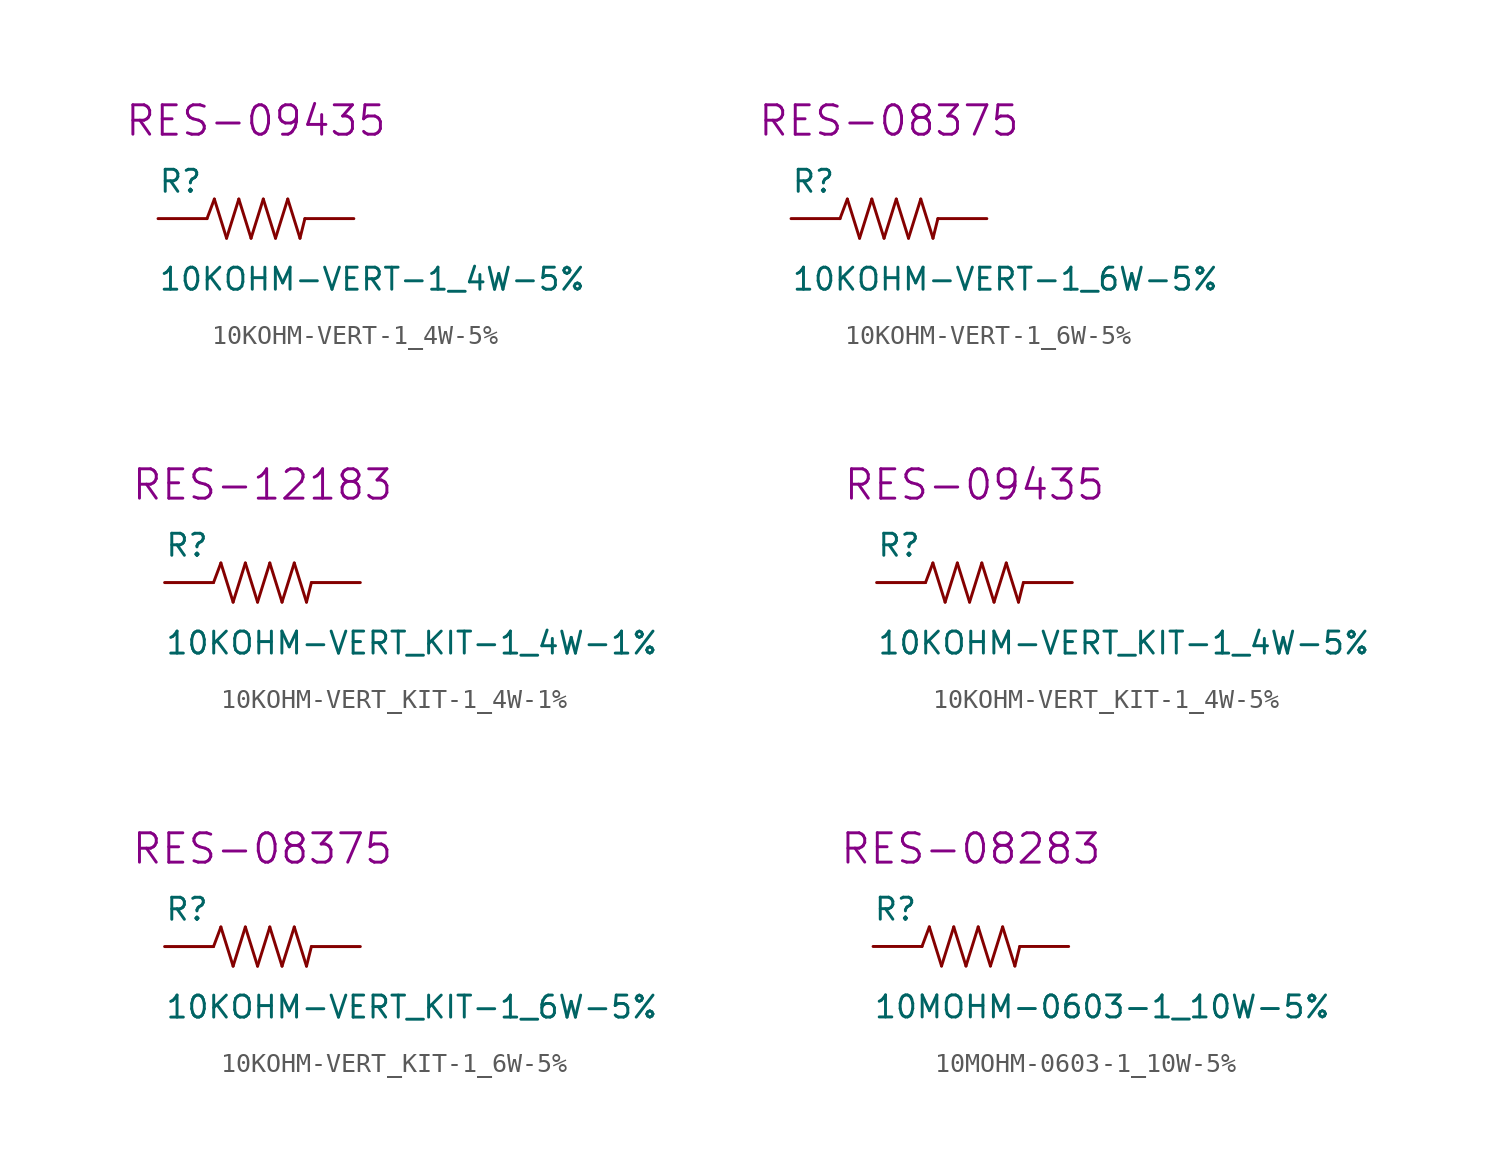
<source format=kicad_sym>
(kicad_symbol_lib
  (version 20220914)
  (generator kicad_symbol_editor)
  (symbol "10KOHM-VERT-1_4W-5%"
    (pin_numbers hide)
    (pin_names
      (offset 1.016) hide)
    (property "Reference" "R"
      (at -5.08 1.27 0)
      (effects (font (size 1.143 1.143)) (justify left bottom)))
    (property "Value" "10KOHM-VERT-1_4W-5%"
      (at -5.08 -3.81 0)
      (effects (font (size 1.143 1.143)) (justify left bottom)))
    (property "Field4" "RES-09435"
      (at 0 5.08 0)
      (effects (font (size 1.524 1.524))))
    (property "ki_locked" ""
      (at 0 0 0)
      (effects (font (size 1.27 1.27))))
    (symbol "10KOHM-VERT-1_4W-5%_1_0"
      (polyline (pts (xy -2.54 0) (xy -2.159 1.016)) (stroke (width 0) (type solid)) (fill (type none)))
      (polyline (pts (xy -2.159 1.016) (xy -1.524 -1.016)) (stroke (width 0) (type solid)) (fill (type none)))
      (polyline (pts (xy -1.524 -1.016) (xy -0.889 1.016)) (stroke (width 0) (type solid)) (fill (type none)))
      (polyline (pts (xy -0.889 1.016) (xy -0.254 -1.016)) (stroke (width 0) (type solid)) (fill (type none)))
      (polyline (pts (xy -0.254 -1.016) (xy 0.381 1.016)) (stroke (width 0) (type solid)) (fill (type none)))
      (polyline (pts (xy 0.381 1.016) (xy 1.016 -1.016)) (stroke (width 0) (type solid)) (fill (type none)))
      (polyline (pts (xy 1.016 -1.016) (xy 1.651 1.016)) (stroke (width 0) (type solid)) (fill (type none)))
      (polyline (pts (xy 1.651 1.016) (xy 2.286 -1.016)) (stroke (width 0) (type solid)) (fill (type none)))
      (polyline (pts (xy 2.286 -1.016) (xy 2.54 0)) (stroke (width 0) (type solid)) (fill (type none))))
    (symbol "10KOHM-VERT-1_4W-5%_1_1"
      (pin passive line (at -5.08 0 0) (length 2.54) (name "1" (effects (font (size 1.016 1.016)))) (number "P$1" (effects (font (size 1.016 1.016)))))
      (pin passive line (at 5.08 0 180) (length 2.54) (name "2" (effects (font (size 1.016 1.016)))) (number "P$2" (effects (font (size 1.016 1.016)))))))
  (symbol "10KOHM-VERT-1_6W-5%"
    (pin_numbers hide)
    (pin_names
      (offset 1.016) hide)
    (property "Reference" "R"
      (at -5.08 1.27 0)
      (effects (font (size 1.143 1.143)) (justify left bottom)))
    (property "Value" "10KOHM-VERT-1_6W-5%"
      (at -5.08 -3.81 0)
      (effects (font (size 1.143 1.143)) (justify left bottom)))
    (property "Field4" "RES-08375"
      (at 0 5.08 0)
      (effects (font (size 1.524 1.524))))
    (property "ki_locked" ""
      (at 0 0 0)
      (effects (font (size 1.27 1.27))))
    (symbol "10KOHM-VERT-1_6W-5%_1_0"
      (polyline (pts (xy -2.54 0) (xy -2.159 1.016)) (stroke (width 0) (type solid)) (fill (type none)))
      (polyline (pts (xy -2.159 1.016) (xy -1.524 -1.016)) (stroke (width 0) (type solid)) (fill (type none)))
      (polyline (pts (xy -1.524 -1.016) (xy -0.889 1.016)) (stroke (width 0) (type solid)) (fill (type none)))
      (polyline (pts (xy -0.889 1.016) (xy -0.254 -1.016)) (stroke (width 0) (type solid)) (fill (type none)))
      (polyline (pts (xy -0.254 -1.016) (xy 0.381 1.016)) (stroke (width 0) (type solid)) (fill (type none)))
      (polyline (pts (xy 0.381 1.016) (xy 1.016 -1.016)) (stroke (width 0) (type solid)) (fill (type none)))
      (polyline (pts (xy 1.016 -1.016) (xy 1.651 1.016)) (stroke (width 0) (type solid)) (fill (type none)))
      (polyline (pts (xy 1.651 1.016) (xy 2.286 -1.016)) (stroke (width 0) (type solid)) (fill (type none)))
      (polyline (pts (xy 2.286 -1.016) (xy 2.54 0)) (stroke (width 0) (type solid)) (fill (type none))))
    (symbol "10KOHM-VERT-1_6W-5%_1_1"
      (pin passive line (at -5.08 0 0) (length 2.54) (name "1" (effects (font (size 1.016 1.016)))) (number "P$1" (effects (font (size 1.016 1.016)))))
      (pin passive line (at 5.08 0 180) (length 2.54) (name "2" (effects (font (size 1.016 1.016)))) (number "P$2" (effects (font (size 1.016 1.016)))))))
  (symbol "10KOHM-VERT_KIT-1_4W-1%"
    (pin_numbers hide)
    (pin_names
      (offset 1.016) hide)
    (property "Reference" "R"
      (at -5.08 1.27 0)
      (effects (font (size 1.143 1.143)) (justify left bottom)))
    (property "Value" "10KOHM-VERT_KIT-1_4W-1%"
      (at -5.08 -3.81 0)
      (effects (font (size 1.143 1.143)) (justify left bottom)))
    (property "Field4" "RES-12183"
      (at 0 5.08 0)
      (effects (font (size 1.524 1.524))))
    (property "ki_locked" ""
      (at 0 0 0)
      (effects (font (size 1.27 1.27))))
    (symbol "10KOHM-VERT_KIT-1_4W-1%_1_0"
      (polyline (pts (xy -2.54 0) (xy -2.159 1.016)) (stroke (width 0) (type solid)) (fill (type none)))
      (polyline (pts (xy -2.159 1.016) (xy -1.524 -1.016)) (stroke (width 0) (type solid)) (fill (type none)))
      (polyline (pts (xy -1.524 -1.016) (xy -0.889 1.016)) (stroke (width 0) (type solid)) (fill (type none)))
      (polyline (pts (xy -0.889 1.016) (xy -0.254 -1.016)) (stroke (width 0) (type solid)) (fill (type none)))
      (polyline (pts (xy -0.254 -1.016) (xy 0.381 1.016)) (stroke (width 0) (type solid)) (fill (type none)))
      (polyline (pts (xy 0.381 1.016) (xy 1.016 -1.016)) (stroke (width 0) (type solid)) (fill (type none)))
      (polyline (pts (xy 1.016 -1.016) (xy 1.651 1.016)) (stroke (width 0) (type solid)) (fill (type none)))
      (polyline (pts (xy 1.651 1.016) (xy 2.286 -1.016)) (stroke (width 0) (type solid)) (fill (type none)))
      (polyline (pts (xy 2.286 -1.016) (xy 2.54 0)) (stroke (width 0) (type solid)) (fill (type none))))
    (symbol "10KOHM-VERT_KIT-1_4W-1%_1_1"
      (pin passive line (at -5.08 0 0) (length 2.54) (name "1" (effects (font (size 1.016 1.016)))) (number "P$1" (effects (font (size 1.016 1.016)))))
      (pin passive line (at 5.08 0 180) (length 2.54) (name "2" (effects (font (size 1.016 1.016)))) (number "P$2" (effects (font (size 1.016 1.016)))))))
  (symbol "10KOHM-VERT_KIT-1_4W-5%"
    (pin_numbers hide)
    (pin_names
      (offset 1.016) hide)
    (property "Reference" "R"
      (at -5.08 1.27 0)
      (effects (font (size 1.143 1.143)) (justify left bottom)))
    (property "Value" "10KOHM-VERT_KIT-1_4W-5%"
      (at -5.08 -3.81 0)
      (effects (font (size 1.143 1.143)) (justify left bottom)))
    (property "Field4" "RES-09435"
      (at 0 5.08 0)
      (effects (font (size 1.524 1.524))))
    (property "ki_locked" ""
      (at 0 0 0)
      (effects (font (size 1.27 1.27))))
    (symbol "10KOHM-VERT_KIT-1_4W-5%_1_0"
      (polyline (pts (xy -2.54 0) (xy -2.159 1.016)) (stroke (width 0) (type solid)) (fill (type none)))
      (polyline (pts (xy -2.159 1.016) (xy -1.524 -1.016)) (stroke (width 0) (type solid)) (fill (type none)))
      (polyline (pts (xy -1.524 -1.016) (xy -0.889 1.016)) (stroke (width 0) (type solid)) (fill (type none)))
      (polyline (pts (xy -0.889 1.016) (xy -0.254 -1.016)) (stroke (width 0) (type solid)) (fill (type none)))
      (polyline (pts (xy -0.254 -1.016) (xy 0.381 1.016)) (stroke (width 0) (type solid)) (fill (type none)))
      (polyline (pts (xy 0.381 1.016) (xy 1.016 -1.016)) (stroke (width 0) (type solid)) (fill (type none)))
      (polyline (pts (xy 1.016 -1.016) (xy 1.651 1.016)) (stroke (width 0) (type solid)) (fill (type none)))
      (polyline (pts (xy 1.651 1.016) (xy 2.286 -1.016)) (stroke (width 0) (type solid)) (fill (type none)))
      (polyline (pts (xy 2.286 -1.016) (xy 2.54 0)) (stroke (width 0) (type solid)) (fill (type none))))
    (symbol "10KOHM-VERT_KIT-1_4W-5%_1_1"
      (pin passive line (at -5.08 0 0) (length 2.54) (name "1" (effects (font (size 1.016 1.016)))) (number "P$1" (effects (font (size 1.016 1.016)))))
      (pin passive line (at 5.08 0 180) (length 2.54) (name "2" (effects (font (size 1.016 1.016)))) (number "P$2" (effects (font (size 1.016 1.016)))))))
  (symbol "10KOHM-VERT_KIT-1_6W-5%"
    (pin_numbers hide)
    (pin_names
      (offset 1.016) hide)
    (property "Reference" "R"
      (at -5.08 1.27 0)
      (effects (font (size 1.143 1.143)) (justify left bottom)))
    (property "Value" "10KOHM-VERT_KIT-1_6W-5%"
      (at -5.08 -3.81 0)
      (effects (font (size 1.143 1.143)) (justify left bottom)))
    (property "Field4" "RES-08375"
      (at 0 5.08 0)
      (effects (font (size 1.524 1.524))))
    (property "ki_locked" ""
      (at 0 0 0)
      (effects (font (size 1.27 1.27))))
    (symbol "10KOHM-VERT_KIT-1_6W-5%_1_0"
      (polyline (pts (xy -2.54 0) (xy -2.159 1.016)) (stroke (width 0) (type solid)) (fill (type none)))
      (polyline (pts (xy -2.159 1.016) (xy -1.524 -1.016)) (stroke (width 0) (type solid)) (fill (type none)))
      (polyline (pts (xy -1.524 -1.016) (xy -0.889 1.016)) (stroke (width 0) (type solid)) (fill (type none)))
      (polyline (pts (xy -0.889 1.016) (xy -0.254 -1.016)) (stroke (width 0) (type solid)) (fill (type none)))
      (polyline (pts (xy -0.254 -1.016) (xy 0.381 1.016)) (stroke (width 0) (type solid)) (fill (type none)))
      (polyline (pts (xy 0.381 1.016) (xy 1.016 -1.016)) (stroke (width 0) (type solid)) (fill (type none)))
      (polyline (pts (xy 1.016 -1.016) (xy 1.651 1.016)) (stroke (width 0) (type solid)) (fill (type none)))
      (polyline (pts (xy 1.651 1.016) (xy 2.286 -1.016)) (stroke (width 0) (type solid)) (fill (type none)))
      (polyline (pts (xy 2.286 -1.016) (xy 2.54 0)) (stroke (width 0) (type solid)) (fill (type none))))
    (symbol "10KOHM-VERT_KIT-1_6W-5%_1_1"
      (pin passive line (at -5.08 0 0) (length 2.54) (name "1" (effects (font (size 1.016 1.016)))) (number "P$1" (effects (font (size 1.016 1.016)))))
      (pin passive line (at 5.08 0 180) (length 2.54) (name "2" (effects (font (size 1.016 1.016)))) (number "P$2" (effects (font (size 1.016 1.016)))))))
  (symbol "10MOHM-0603-1_10W-5%"
    (pin_numbers hide)
    (pin_names
      (offset 1.016) hide)
    (property "Reference" "R"
      (at -5.08 1.27 0)
      (effects (font (size 1.143 1.143)) (justify left bottom)))
    (property "Value" "10MOHM-0603-1_10W-5%"
      (at -5.08 -3.81 0)
      (effects (font (size 1.143 1.143)) (justify left bottom)))
    (property "Field4" "RES-08283"
      (at 0 5.08 0)
      (effects (font (size 1.524 1.524))))
    (property "ki_locked" ""
      (at 0 0 0)
      (effects (font (size 1.27 1.27))))
    (symbol "10MOHM-0603-1_10W-5%_1_0"
      (polyline (pts (xy -2.54 0) (xy -2.159 1.016)) (stroke (width 0) (type solid)) (fill (type none)))
      (polyline (pts (xy -2.159 1.016) (xy -1.524 -1.016)) (stroke (width 0) (type solid)) (fill (type none)))
      (polyline (pts (xy -1.524 -1.016) (xy -0.889 1.016)) (stroke (width 0) (type solid)) (fill (type none)))
      (polyline (pts (xy -0.889 1.016) (xy -0.254 -1.016)) (stroke (width 0) (type solid)) (fill (type none)))
      (polyline (pts (xy -0.254 -1.016) (xy 0.381 1.016)) (stroke (width 0) (type solid)) (fill (type none)))
      (polyline (pts (xy 0.381 1.016) (xy 1.016 -1.016)) (stroke (width 0) (type solid)) (fill (type none)))
      (polyline (pts (xy 1.016 -1.016) (xy 1.651 1.016)) (stroke (width 0) (type solid)) (fill (type none)))
      (polyline (pts (xy 1.651 1.016) (xy 2.286 -1.016)) (stroke (width 0) (type solid)) (fill (type none)))
      (polyline (pts (xy 2.286 -1.016) (xy 2.54 0)) (stroke (width 0) (type solid)) (fill (type none))))
    (symbol "10MOHM-0603-1_10W-5%_1_1"
      (pin passive line (at -5.08 0 0) (length 2.54) (name "1" (effects (font (size 1.016 1.016)))) (number "1" (effects (font (size 1.016 1.016)))))
      (pin passive line (at 5.08 0 180) (length 2.54) (name "2" (effects (font (size 1.016 1.016)))) (number "2" (effects (font (size 1.016 1.016))))))))
</source>
